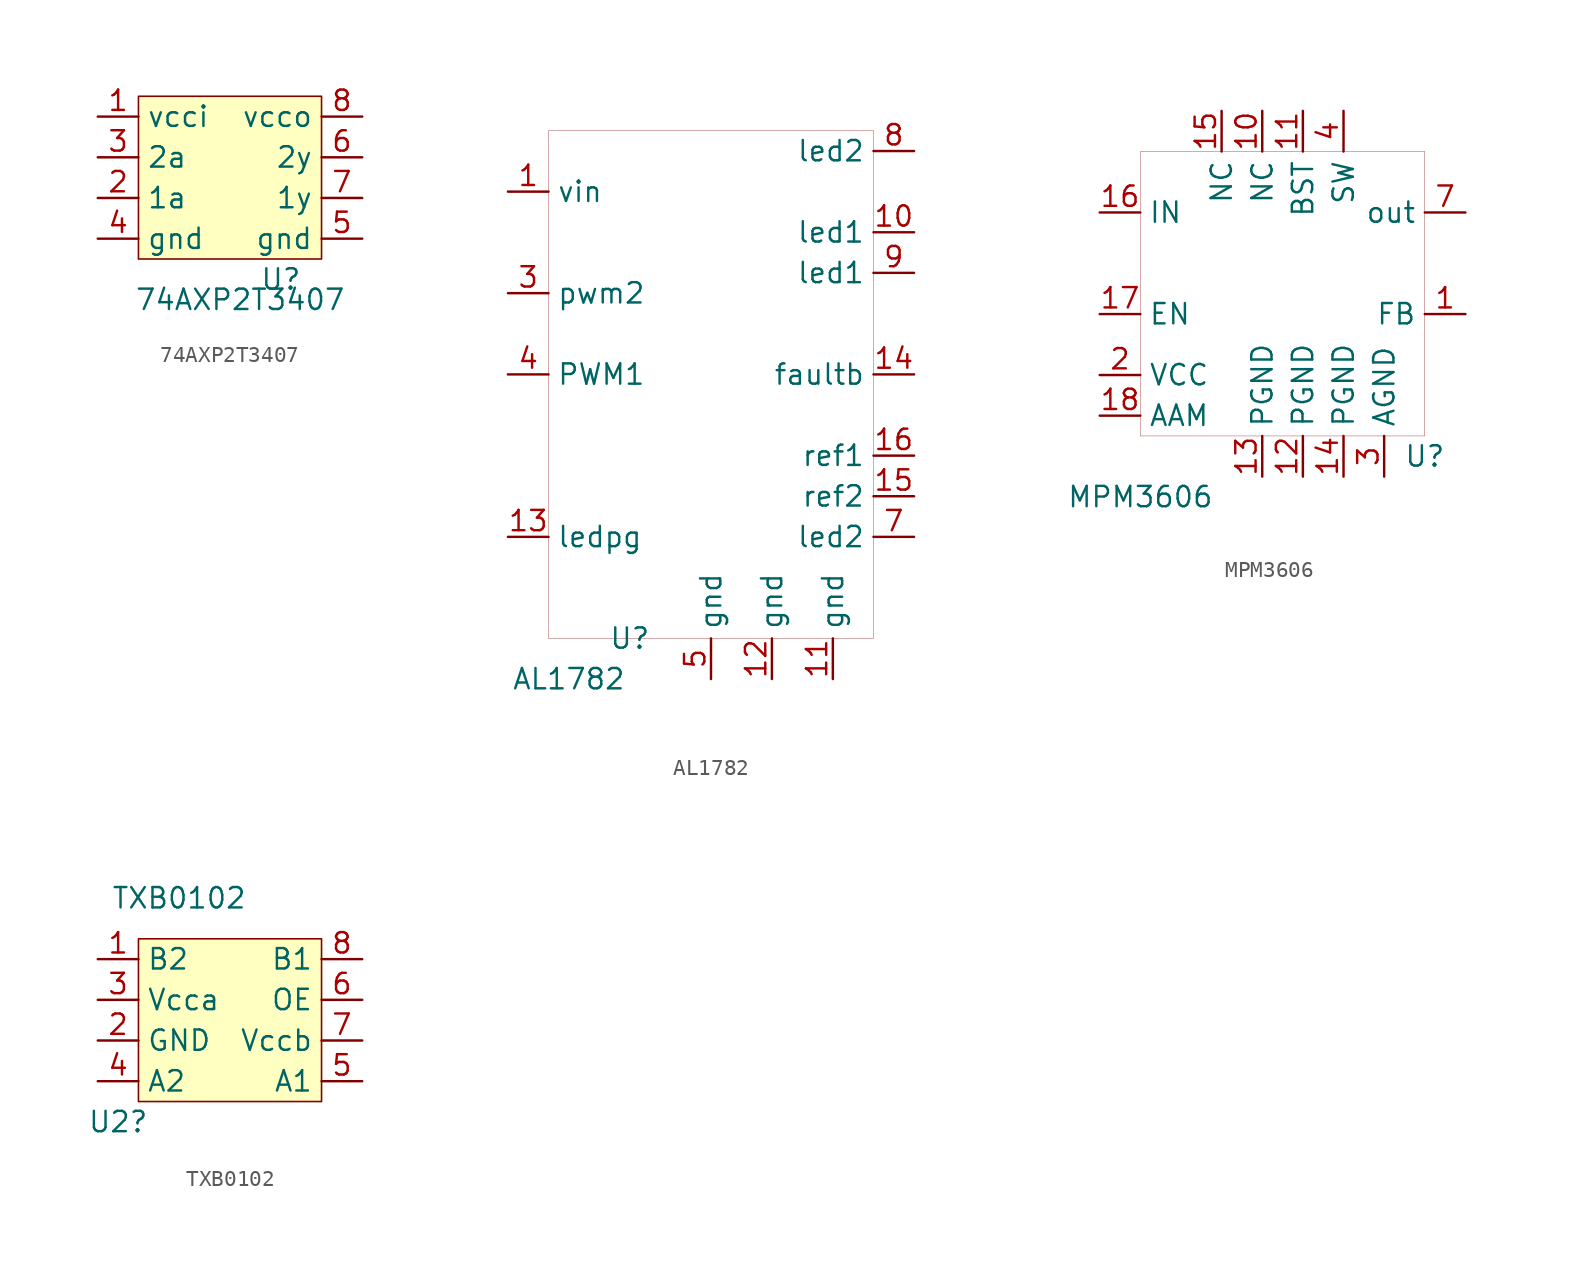
<source format=kicad_sym>
(kicad_symbol_lib
  (version 20201005)
  (generator kicad_symbol_editor)
  (symbol "precise:74AXP2T3407"
    (property "Reference" "U"
      (at 3.81 -6.35 0)
      (effects (font (size 1.27 1.27))))
    (property "Value" "74AXP2T3407"
      (at 1.27 -7.62 0)
      (effects (font (size 1.27 1.27))))
    (symbol "74AXP2T3407_0_1"
      (rectangle (start -5.08 5.08) (end 6.35 -5.08) (stroke (width 0.1)) (fill (type background))))
    (symbol "74AXP2T3407_1_1"
      (pin power_in line (at -7.62 3.81 0) (length 2.54) (name "vcci" (effects (font (size 1.27 1.27)))) (number "1" (effects (font (size 1.27 1.27)))))
      (pin input line (at -7.62 -1.27 0) (length 2.54) (name "1a" (effects (font (size 1.27 1.27)))) (number "2" (effects (font (size 1.27 1.27)))))
      (pin input line (at -7.62 1.27 0) (length 2.54) (name "2a" (effects (font (size 1.27 1.27)))) (number "3" (effects (font (size 1.27 1.27)))))
      (pin power_out line (at -7.62 -3.81 0) (length 2.54) (name "gnd" (effects (font (size 1.27 1.27)))) (number "4" (effects (font (size 1.27 1.27)))))
      (pin power_out line (at 8.89 -3.81 180) (length 2.54) (name "gnd" (effects (font (size 1.27 1.27)))) (number "5" (effects (font (size 1.27 1.27)))))
      (pin output line (at 8.89 1.27 180) (length 2.54) (name "2y" (effects (font (size 1.27 1.27)))) (number "6" (effects (font (size 1.27 1.27)))))
      (pin output line (at 8.89 -1.27 180) (length 2.54) (name "1y" (effects (font (size 1.27 1.27)))) (number "7" (effects (font (size 1.27 1.27)))))
      (pin power_in line (at 8.89 3.81 180) (length 2.54) (name "vcco" (effects (font (size 1.27 1.27)))) (number "8" (effects (font (size 1.27 1.27)))))))
  (symbol "precise:AL1782"
    (property "Reference" "U"
      (at -5.08 0 0)
      (effects (font (size 1.27 1.27))))
    (property "Value" "AL1782"
      (at -8.89 -2.54 0)
      (effects (font (size 1.27 1.27))))
    (symbol "AL1782_0_1"
      (rectangle (start -10.16 31.75) (end 10.16 0) (stroke (width 0.001)) (fill (type none))))
    (symbol "AL1782_1_1"
      (pin power_in line (at -12.7 27.94 0) (length 2.54) (name "vin" (effects (font (size 1.27 1.27)))) (number "1" (effects (font (size 1.27 1.27)))))
      (pin open_collector line (at 12.7 25.4 180) (length 2.54) (name "led1" (effects (font (size 1.27 1.27)))) (number "10" (effects (font (size 1.27 1.27)))))
      (pin power_out line (at 7.62 -2.54 90) (length 2.54) (name "gnd" (effects (font (size 1.27 1.27)))) (number "11" (effects (font (size 1.27 1.27)))))
      (pin power_out line (at 3.81 -2.54 90) (length 2.54) (name "gnd" (effects (font (size 1.27 1.27)))) (number "12" (effects (font (size 1.27 1.27)))))
      (pin input line (at -12.7 6.35 0) (length 2.54) (name "ledpg" (effects (font (size 1.27 1.27)))) (number "13" (effects (font (size 1.27 1.27)))))
      (pin input line (at 12.7 16.51 180) (length 2.54) (name "faultb" (effects (font (size 1.27 1.27)))) (number "14" (effects (font (size 1.27 1.27)))))
      (pin input line (at 12.7 8.89 180) (length 2.54) (name "ref2" (effects (font (size 1.27 1.27)))) (number "15" (effects (font (size 1.27 1.27)))))
      (pin input line (at 12.7 11.43 180) (length 2.54) (name "ref1" (effects (font (size 1.27 1.27)))) (number "16" (effects (font (size 1.27 1.27)))))
      (pin input line (at -12.7 21.59 0) (length 2.54) (name "pwm2" (effects (font (size 1.27 1.27)))) (number "3" (effects (font (size 1.27 1.27)))))
      (pin input line (at -12.7 16.51 0) (length 2.54) (name "PWM1" (effects (font (size 1.27 1.27)))) (number "4" (effects (font (size 1.27 1.27)))))
      (pin input line (at 0 -2.54 90) (length 2.54) (name "gnd" (effects (font (size 1.27 1.27)))) (number "5" (effects (font (size 1.27 1.27)))))
      (pin open_collector line (at 12.7 6.35 180) (length 2.54) (name "led2" (effects (font (size 1.27 1.27)))) (number "7" (effects (font (size 1.27 1.27)))))
      (pin open_collector line (at 12.7 30.48 180) (length 2.54) (name "led2" (effects (font (size 1.27 1.27)))) (number "8" (effects (font (size 1.27 1.27)))))
      (pin open_collector line (at 12.7 22.86 180) (length 2.54) (name "led1" (effects (font (size 1.27 1.27)))) (number "9" (effects (font (size 1.27 1.27)))))))
  (symbol "precise:MPM3606"
    (property "Reference" "U"
      (at 8.89 -10.16 0)
      (effects (font (size 1.27 1.27))))
    (property "Value" "MPM3606"
      (at -8.89 -12.7 0)
      (effects (font (size 1.27 1.27))))
    (symbol "MPM3606_0_1"
      (rectangle (start -8.89 8.89) (end 8.89 -8.89) (stroke (width 0.001)) (fill (type none))))
    (symbol "MPM3606_1_1"
      (pin unspecified line (at 11.43 -1.27 180) (length 2.54) (name "FB" (effects (font (size 1.27 1.27)))) (number "1" (effects (font (size 1.27 1.27)))))
      (pin unspecified line (at -1.27 11.43 270) (length 2.54) (name "NC" (effects (font (size 1.27 1.27)))) (number "10" (effects (font (size 1.27 1.27)))))
      (pin unspecified line (at 1.27 11.43 270) (length 2.54) (name "BST" (effects (font (size 1.27 1.27)))) (number "11" (effects (font (size 1.27 1.27)))))
      (pin unspecified line (at 1.27 -11.43 90) (length 2.54) (name "PGND" (effects (font (size 1.27 1.27)))) (number "12" (effects (font (size 1.27 1.27)))))
      (pin unspecified line (at -1.27 -11.43 90) (length 2.54) (name "PGND" (effects (font (size 1.27 1.27)))) (number "13" (effects (font (size 1.27 1.27)))))
      (pin unspecified line (at 3.81 -11.43 90) (length 2.54) (name "PGND" (effects (font (size 1.27 1.27)))) (number "14" (effects (font (size 1.27 1.27)))))
      (pin unspecified line (at -3.81 11.43 270) (length 2.54) (name "NC" (effects (font (size 1.27 1.27)))) (number "15" (effects (font (size 1.27 1.27)))))
      (pin unspecified line (at -11.43 5.08 0) (length 2.54) (name "IN" (effects (font (size 1.27 1.27)))) (number "16" (effects (font (size 1.27 1.27)))))
      (pin unspecified line (at -11.43 -1.27 0) (length 2.54) (name "EN" (effects (font (size 1.27 1.27)))) (number "17" (effects (font (size 1.27 1.27)))))
      (pin unspecified line (at -11.43 -7.62 0) (length 2.54) (name "AAM" (effects (font (size 1.27 1.27)))) (number "18" (effects (font (size 1.27 1.27)))))
      (pin unspecified line (at -11.43 -5.08 0) (length 2.54) (name "VCC" (effects (font (size 1.27 1.27)))) (number "2" (effects (font (size 1.27 1.27)))))
      (pin unspecified line (at 6.35 -11.43 90) (length 2.54) (name "AGND" (effects (font (size 1.27 1.27)))) (number "3" (effects (font (size 1.27 1.27)))))
      (pin unspecified line (at 3.81 11.43 270) (length 2.54) (name "SW" (effects (font (size 1.27 1.27)))) (number "4" (effects (font (size 1.27 1.27)))))
      (pin unspecified line (at 11.43 5.08 180) (length 2.54) (name "out" (effects (font (size 1.27 1.27)))) (number "7" (effects (font (size 1.27 1.27)))))))
  (symbol "precise:TXB0102"
    (property "Reference" "U2"
      (at -6.35 -6.35 0)
      (effects (font (size 1.27 1.27))))
    (property "Value" "TXB0102"
      (at -2.54 7.62 0)
      (effects (font (size 1.27 1.27))))
    (symbol "TXB0102_0_1"
      (rectangle (start -5.08 5.08) (end 6.35 -5.08) (stroke (width 0.1)) (fill (type background))))
    (symbol "TXB0102_1_1"
      (pin bidirectional line (at -7.62 3.81 0) (length 2.54) (name "B2" (effects (font (size 1.27 1.27)))) (number "1" (effects (font (size 1.27 1.27)))))
      (pin power_out line (at -7.62 -1.27 0) (length 2.54) (name "GND" (effects (font (size 1.27 1.27)))) (number "2" (effects (font (size 1.27 1.27)))))
      (pin power_in line (at -7.62 1.27 0) (length 2.54) (name "Vcca" (effects (font (size 1.27 1.27)))) (number "3" (effects (font (size 1.27 1.27)))))
      (pin bidirectional line (at -7.62 -3.81 0) (length 2.54) (name "A2" (effects (font (size 1.27 1.27)))) (number "4" (effects (font (size 1.27 1.27)))))
      (pin bidirectional line (at 8.89 -3.81 180) (length 2.54) (name "A1" (effects (font (size 1.27 1.27)))) (number "5" (effects (font (size 1.27 1.27)))))
      (pin input line (at 8.89 1.27 180) (length 2.54) (name "OE" (effects (font (size 1.27 1.27)))) (number "6" (effects (font (size 1.27 1.27)))))
      (pin power_in line (at 8.89 -1.27 180) (length 2.54) (name "Vccb" (effects (font (size 1.27 1.27)))) (number "7" (effects (font (size 1.27 1.27)))))
      (pin bidirectional line (at 8.89 3.81 180) (length 2.54) (name "B1" (effects (font (size 1.27 1.27)))) (number "8" (effects (font (size 1.27 1.27))))))))
</source>
